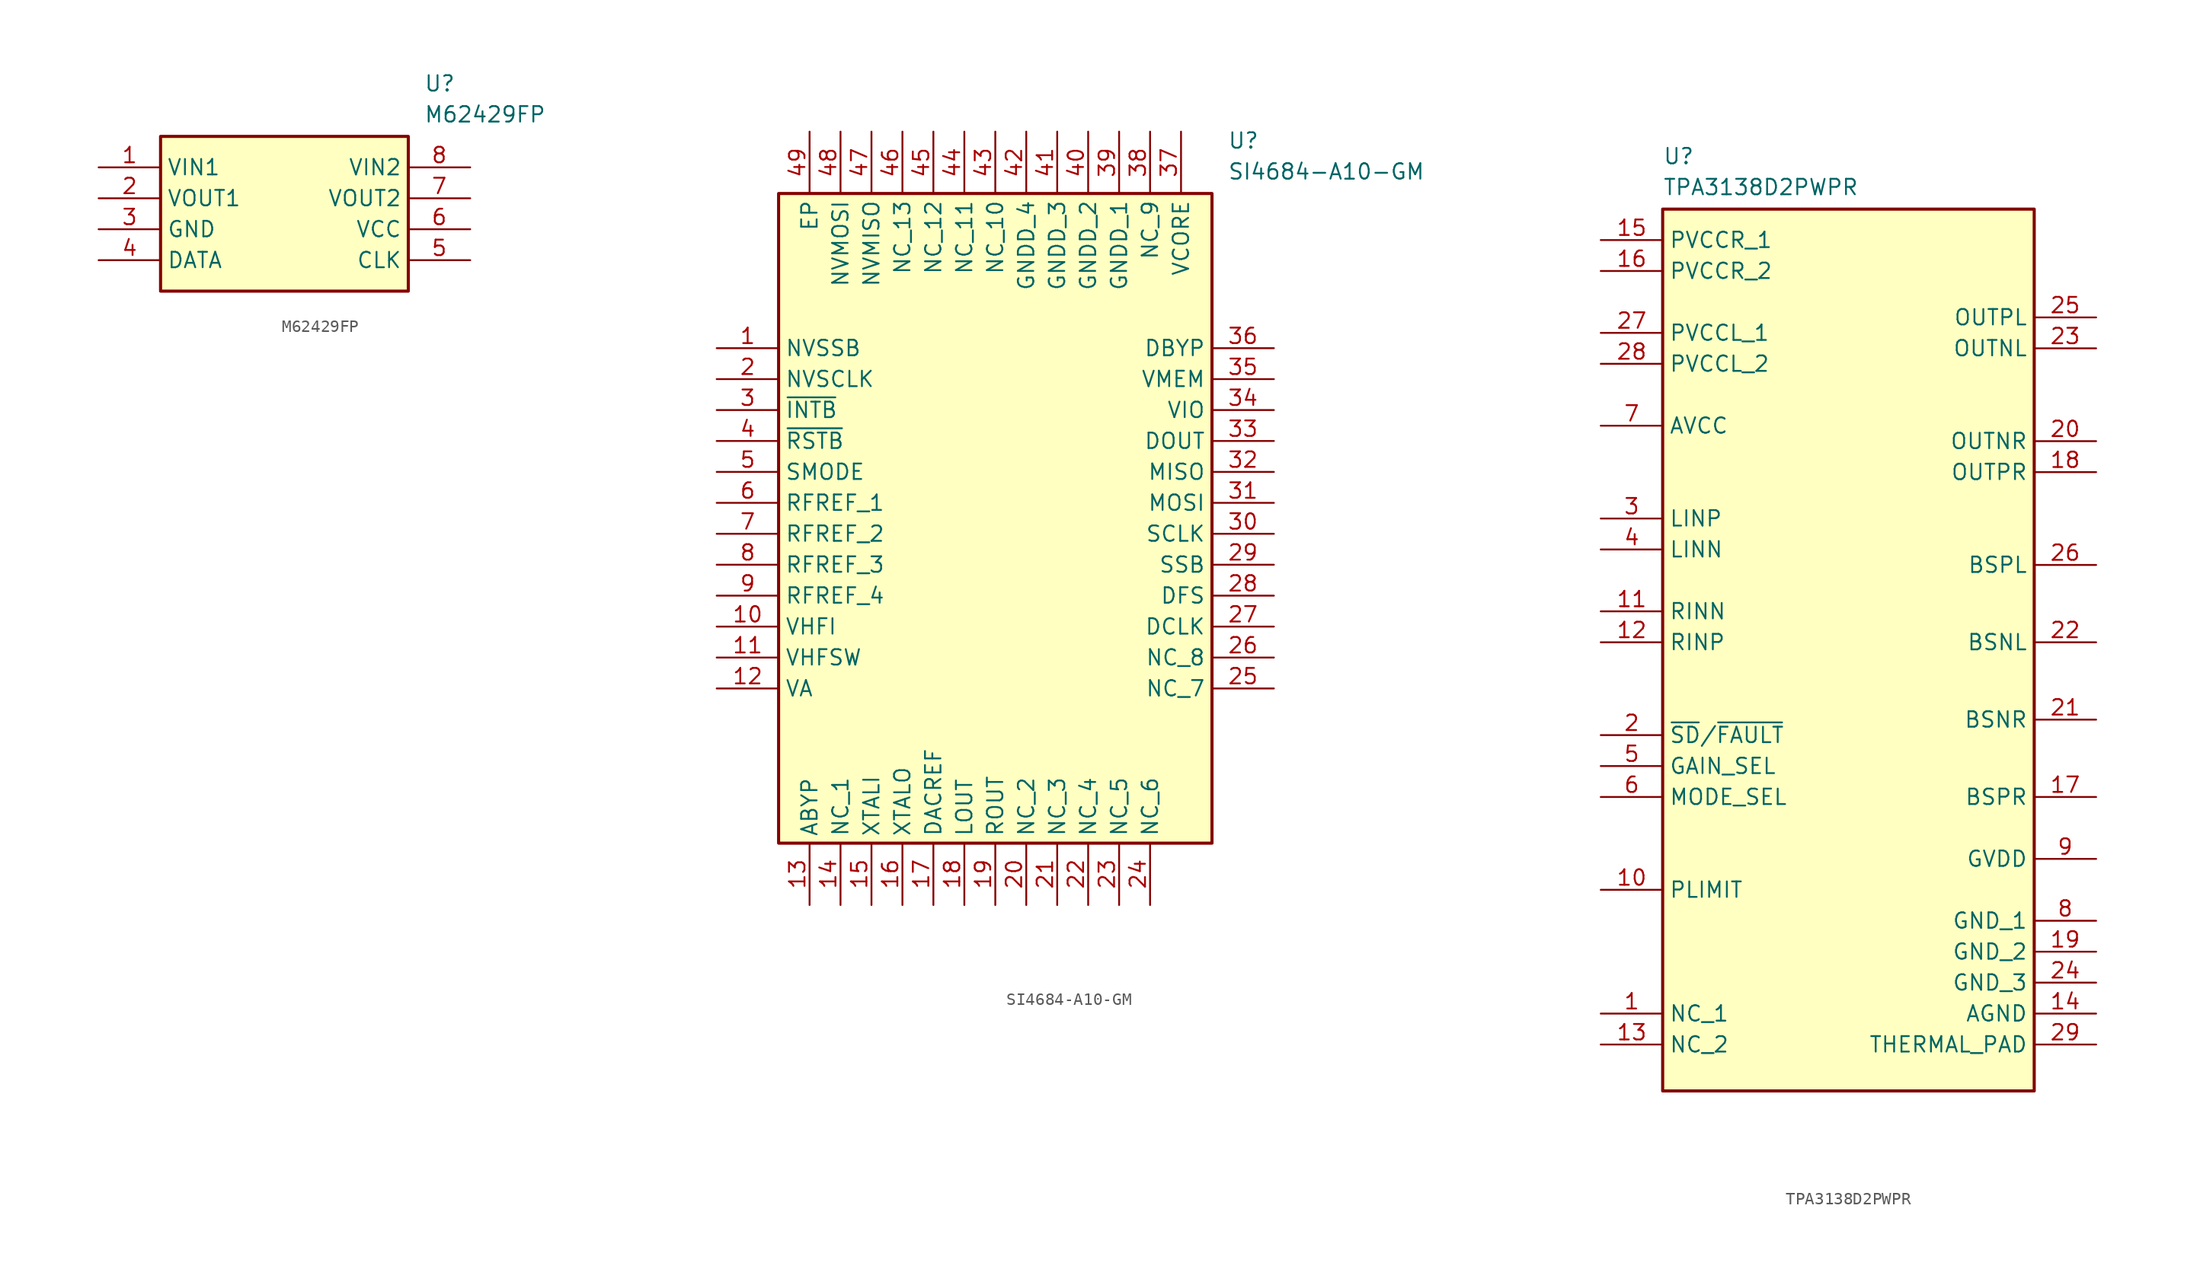
<source format=kicad_sym>
(kicad_symbol_lib
  (version 20220914)
  (generator kicad_symbol_editor)
  (symbol "M62429FP"
    (property "Reference" "U"
      (at 26.67 7.62 0)
      (effects (font (size 1.27 1.27)) (justify left top)))
    (property "Value" "M62429FP"
      (at 26.67 5.08 0)
      (effects (font (size 1.27 1.27)) (justify left top)))
    (symbol "M62429FP_1_1"
      (rectangle (start 5.08 2.54) (end 25.4 -10.16) (stroke (width 0.254) (type default)) (fill (type background)))
      (pin passive line (at 0 0 0) (length 5.08) (name "VIN1" (effects (font (size 1.27 1.27)))) (number "1" (effects (font (size 1.27 1.27)))))
      (pin passive line (at 0 -2.54 0) (length 5.08) (name "VOUT1" (effects (font (size 1.27 1.27)))) (number "2" (effects (font (size 1.27 1.27)))))
      (pin passive line (at 0 -5.08 0) (length 5.08) (name "GND" (effects (font (size 1.27 1.27)))) (number "3" (effects (font (size 1.27 1.27)))))
      (pin passive line (at 0 -7.62 0) (length 5.08) (name "DATA" (effects (font (size 1.27 1.27)))) (number "4" (effects (font (size 1.27 1.27)))))
      (pin passive line (at 30.48 -7.62 180) (length 5.08) (name "CLK" (effects (font (size 1.27 1.27)))) (number "5" (effects (font (size 1.27 1.27)))))
      (pin passive line (at 30.48 -5.08 180) (length 5.08) (name "VCC" (effects (font (size 1.27 1.27)))) (number "6" (effects (font (size 1.27 1.27)))))
      (pin passive line (at 30.48 -2.54 180) (length 5.08) (name "VOUT2" (effects (font (size 1.27 1.27)))) (number "7" (effects (font (size 1.27 1.27)))))
      (pin passive line (at 30.48 0 180) (length 5.08) (name "VIN2" (effects (font (size 1.27 1.27)))) (number "8" (effects (font (size 1.27 1.27)))))))
  (symbol "SI4684-A10-GM"
    (property "Reference" "U"
      (at 41.91 17.78 0)
      (effects (font (size 1.27 1.27)) (justify left top)))
    (property "Value" "SI4684-A10-GM"
      (at 41.91 15.24 0)
      (effects (font (size 1.27 1.27)) (justify left top)))
    (symbol "SI4684-A10-GM_1_1"
      (rectangle (start 5.08 12.7) (end 40.64 -40.64) (stroke (width 0.254) (type default)) (fill (type background)))
      (pin passive line (at 0 0 0) (length 5.08) (name "NVSSB" (effects (font (size 1.27 1.27)))) (number "1" (effects (font (size 1.27 1.27)))))
      (pin passive line (at 0 -22.86 0) (length 5.08) (name "VHFI" (effects (font (size 1.27 1.27)))) (number "10" (effects (font (size 1.27 1.27)))))
      (pin passive line (at 0 -25.4 0) (length 5.08) (name "VHFSW" (effects (font (size 1.27 1.27)))) (number "11" (effects (font (size 1.27 1.27)))))
      (pin passive line (at 0 -27.94 0) (length 5.08) (name "VA" (effects (font (size 1.27 1.27)))) (number "12" (effects (font (size 1.27 1.27)))))
      (pin passive line (at 7.62 -45.72 90) (length 5.08) (name "ABYP" (effects (font (size 1.27 1.27)))) (number "13" (effects (font (size 1.27 1.27)))))
      (pin passive line (at 10.16 -45.72 90) (length 5.08) (name "NC_1" (effects (font (size 1.27 1.27)))) (number "14" (effects (font (size 1.27 1.27)))))
      (pin passive line (at 12.7 -45.72 90) (length 5.08) (name "XTALI" (effects (font (size 1.27 1.27)))) (number "15" (effects (font (size 1.27 1.27)))))
      (pin passive line (at 15.24 -45.72 90) (length 5.08) (name "XTALO" (effects (font (size 1.27 1.27)))) (number "16" (effects (font (size 1.27 1.27)))))
      (pin passive line (at 17.78 -45.72 90) (length 5.08) (name "DACREF" (effects (font (size 1.27 1.27)))) (number "17" (effects (font (size 1.27 1.27)))))
      (pin passive line (at 20.32 -45.72 90) (length 5.08) (name "LOUT" (effects (font (size 1.27 1.27)))) (number "18" (effects (font (size 1.27 1.27)))))
      (pin passive line (at 22.86 -45.72 90) (length 5.08) (name "ROUT" (effects (font (size 1.27 1.27)))) (number "19" (effects (font (size 1.27 1.27)))))
      (pin passive line (at 0 -2.54 0) (length 5.08) (name "NVSCLK" (effects (font (size 1.27 1.27)))) (number "2" (effects (font (size 1.27 1.27)))))
      (pin passive line (at 25.4 -45.72 90) (length 5.08) (name "NC_2" (effects (font (size 1.27 1.27)))) (number "20" (effects (font (size 1.27 1.27)))))
      (pin passive line (at 27.94 -45.72 90) (length 5.08) (name "NC_3" (effects (font (size 1.27 1.27)))) (number "21" (effects (font (size 1.27 1.27)))))
      (pin passive line (at 30.48 -45.72 90) (length 5.08) (name "NC_4" (effects (font (size 1.27 1.27)))) (number "22" (effects (font (size 1.27 1.27)))))
      (pin passive line (at 33.02 -45.72 90) (length 5.08) (name "NC_5" (effects (font (size 1.27 1.27)))) (number "23" (effects (font (size 1.27 1.27)))))
      (pin passive line (at 35.56 -45.72 90) (length 5.08) (name "NC_6" (effects (font (size 1.27 1.27)))) (number "24" (effects (font (size 1.27 1.27)))))
      (pin passive line (at 45.72 -27.94 180) (length 5.08) (name "NC_7" (effects (font (size 1.27 1.27)))) (number "25" (effects (font (size 1.27 1.27)))))
      (pin passive line (at 45.72 -25.4 180) (length 5.08) (name "NC_8" (effects (font (size 1.27 1.27)))) (number "26" (effects (font (size 1.27 1.27)))))
      (pin passive line (at 45.72 -22.86 180) (length 5.08) (name "DCLK" (effects (font (size 1.27 1.27)))) (number "27" (effects (font (size 1.27 1.27)))))
      (pin passive line (at 45.72 -20.32 180) (length 5.08) (name "DFS" (effects (font (size 1.27 1.27)))) (number "28" (effects (font (size 1.27 1.27)))))
      (pin passive line (at 45.72 -17.78 180) (length 5.08) (name "SSB" (effects (font (size 1.27 1.27)))) (number "29" (effects (font (size 1.27 1.27)))))
      (pin passive line (at 0 -5.08 0) (length 5.08) (name "~{INTB}" (effects (font (size 1.27 1.27)))) (number "3" (effects (font (size 1.27 1.27)))))
      (pin passive line (at 45.72 -15.24 180) (length 5.08) (name "SCLK" (effects (font (size 1.27 1.27)))) (number "30" (effects (font (size 1.27 1.27)))))
      (pin passive line (at 45.72 -12.7 180) (length 5.08) (name "MOSI" (effects (font (size 1.27 1.27)))) (number "31" (effects (font (size 1.27 1.27)))))
      (pin passive line (at 45.72 -10.16 180) (length 5.08) (name "MISO" (effects (font (size 1.27 1.27)))) (number "32" (effects (font (size 1.27 1.27)))))
      (pin passive line (at 45.72 -7.62 180) (length 5.08) (name "DOUT" (effects (font (size 1.27 1.27)))) (number "33" (effects (font (size 1.27 1.27)))))
      (pin passive line (at 45.72 -5.08 180) (length 5.08) (name "VIO" (effects (font (size 1.27 1.27)))) (number "34" (effects (font (size 1.27 1.27)))))
      (pin passive line (at 45.72 -2.54 180) (length 5.08) (name "VMEM" (effects (font (size 1.27 1.27)))) (number "35" (effects (font (size 1.27 1.27)))))
      (pin passive line (at 45.72 0 180) (length 5.08) (name "DBYP" (effects (font (size 1.27 1.27)))) (number "36" (effects (font (size 1.27 1.27)))))
      (pin passive line (at 38.1 17.78 270) (length 5.08) (name "VCORE" (effects (font (size 1.27 1.27)))) (number "37" (effects (font (size 1.27 1.27)))))
      (pin passive line (at 35.56 17.78 270) (length 5.08) (name "NC_9" (effects (font (size 1.27 1.27)))) (number "38" (effects (font (size 1.27 1.27)))))
      (pin passive line (at 33.02 17.78 270) (length 5.08) (name "GNDD_1" (effects (font (size 1.27 1.27)))) (number "39" (effects (font (size 1.27 1.27)))))
      (pin passive line (at 0 -7.62 0) (length 5.08) (name "~{RSTB}" (effects (font (size 1.27 1.27)))) (number "4" (effects (font (size 1.27 1.27)))))
      (pin passive line (at 30.48 17.78 270) (length 5.08) (name "GNDD_2" (effects (font (size 1.27 1.27)))) (number "40" (effects (font (size 1.27 1.27)))))
      (pin passive line (at 27.94 17.78 270) (length 5.08) (name "GNDD_3" (effects (font (size 1.27 1.27)))) (number "41" (effects (font (size 1.27 1.27)))))
      (pin passive line (at 25.4 17.78 270) (length 5.08) (name "GNDD_4" (effects (font (size 1.27 1.27)))) (number "42" (effects (font (size 1.27 1.27)))))
      (pin passive line (at 22.86 17.78 270) (length 5.08) (name "NC_10" (effects (font (size 1.27 1.27)))) (number "43" (effects (font (size 1.27 1.27)))))
      (pin passive line (at 20.32 17.78 270) (length 5.08) (name "NC_11" (effects (font (size 1.27 1.27)))) (number "44" (effects (font (size 1.27 1.27)))))
      (pin passive line (at 17.78 17.78 270) (length 5.08) (name "NC_12" (effects (font (size 1.27 1.27)))) (number "45" (effects (font (size 1.27 1.27)))))
      (pin passive line (at 15.24 17.78 270) (length 5.08) (name "NC_13" (effects (font (size 1.27 1.27)))) (number "46" (effects (font (size 1.27 1.27)))))
      (pin passive line (at 12.7 17.78 270) (length 5.08) (name "NVMISO" (effects (font (size 1.27 1.27)))) (number "47" (effects (font (size 1.27 1.27)))))
      (pin passive line (at 10.16 17.78 270) (length 5.08) (name "NVMOSI" (effects (font (size 1.27 1.27)))) (number "48" (effects (font (size 1.27 1.27)))))
      (pin passive line (at 7.62 17.78 270) (length 5.08) (name "EP" (effects (font (size 1.27 1.27)))) (number "49" (effects (font (size 1.27 1.27)))))
      (pin passive line (at 0 -10.16 0) (length 5.08) (name "SMODE" (effects (font (size 1.27 1.27)))) (number "5" (effects (font (size 1.27 1.27)))))
      (pin passive line (at 0 -12.7 0) (length 5.08) (name "RFREF_1" (effects (font (size 1.27 1.27)))) (number "6" (effects (font (size 1.27 1.27)))))
      (pin passive line (at 0 -15.24 0) (length 5.08) (name "RFREF_2" (effects (font (size 1.27 1.27)))) (number "7" (effects (font (size 1.27 1.27)))))
      (pin passive line (at 0 -17.78 0) (length 5.08) (name "RFREF_3" (effects (font (size 1.27 1.27)))) (number "8" (effects (font (size 1.27 1.27)))))
      (pin passive line (at 0 -20.32 0) (length 5.08) (name "RFREF_4" (effects (font (size 1.27 1.27)))) (number "9" (effects (font (size 1.27 1.27)))))))
  (symbol "TPA3138D2PWPR"
    (property "Reference" "U"
      (at -15.24 40.64 0)
      (effects (font (size 1.27 1.27)) (justify left top)))
    (property "Value" "TPA3138D2PWPR"
      (at -15.24 38.1 0)
      (effects (font (size 1.27 1.27)) (justify left top)))
    (symbol "TPA3138D2PWPR_1_1"
      (rectangle (start -15.24 35.56) (end 15.24 -36.83) (stroke (width 0.254) (type default)) (fill (type background)))
      (pin passive line (at -20.32 -30.48 0) (length 5.08) (name "NC_1" (effects (font (size 1.27 1.27)))) (number "1" (effects (font (size 1.27 1.27)))))
      (pin passive line (at -20.32 -20.32 0) (length 5.08) (name "PLIMIT" (effects (font (size 1.27 1.27)))) (number "10" (effects (font (size 1.27 1.27)))))
      (pin passive line (at -20.32 2.54 0) (length 5.08) (name "RINN" (effects (font (size 1.27 1.27)))) (number "11" (effects (font (size 1.27 1.27)))))
      (pin passive line (at -20.32 0 0) (length 5.08) (name "RINP" (effects (font (size 1.27 1.27)))) (number "12" (effects (font (size 1.27 1.27)))))
      (pin passive line (at -20.32 -33.02 0) (length 5.08) (name "NC_2" (effects (font (size 1.27 1.27)))) (number "13" (effects (font (size 1.27 1.27)))))
      (pin passive line (at 20.32 -30.48 180) (length 5.08) (name "AGND" (effects (font (size 1.27 1.27)))) (number "14" (effects (font (size 1.27 1.27)))))
      (pin passive line (at -20.32 33.02 0) (length 5.08) (name "PVCCR_1" (effects (font (size 1.27 1.27)))) (number "15" (effects (font (size 1.27 1.27)))))
      (pin passive line (at -20.32 30.48 0) (length 5.08) (name "PVCCR_2" (effects (font (size 1.27 1.27)))) (number "16" (effects (font (size 1.27 1.27)))))
      (pin passive line (at 20.32 -12.7 180) (length 5.08) (name "BSPR" (effects (font (size 1.27 1.27)))) (number "17" (effects (font (size 1.27 1.27)))))
      (pin passive line (at 20.32 13.97 180) (length 5.08) (name "OUTPR" (effects (font (size 1.27 1.27)))) (number "18" (effects (font (size 1.27 1.27)))))
      (pin passive line (at 20.32 -25.4 180) (length 5.08) (name "GND_2" (effects (font (size 1.27 1.27)))) (number "19" (effects (font (size 1.27 1.27)))))
      (pin passive line (at -20.32 -7.62 0) (length 5.08) (name "~{SD}/~{FAULT}" (effects (font (size 1.27 1.27)))) (number "2" (effects (font (size 1.27 1.27)))))
      (pin passive line (at 20.32 16.51 180) (length 5.08) (name "OUTNR" (effects (font (size 1.27 1.27)))) (number "20" (effects (font (size 1.27 1.27)))))
      (pin passive line (at 20.32 -6.35 180) (length 5.08) (name "BSNR" (effects (font (size 1.27 1.27)))) (number "21" (effects (font (size 1.27 1.27)))))
      (pin passive line (at 20.32 0 180) (length 5.08) (name "BSNL" (effects (font (size 1.27 1.27)))) (number "22" (effects (font (size 1.27 1.27)))))
      (pin passive line (at 20.32 24.13 180) (length 5.08) (name "OUTNL" (effects (font (size 1.27 1.27)))) (number "23" (effects (font (size 1.27 1.27)))))
      (pin passive line (at 20.32 -27.94 180) (length 5.08) (name "GND_3" (effects (font (size 1.27 1.27)))) (number "24" (effects (font (size 1.27 1.27)))))
      (pin passive line (at 20.32 26.67 180) (length 5.08) (name "OUTPL" (effects (font (size 1.27 1.27)))) (number "25" (effects (font (size 1.27 1.27)))))
      (pin passive line (at 20.32 6.35 180) (length 5.08) (name "BSPL" (effects (font (size 1.27 1.27)))) (number "26" (effects (font (size 1.27 1.27)))))
      (pin passive line (at -20.32 25.4 0) (length 5.08) (name "PVCCL_1" (effects (font (size 1.27 1.27)))) (number "27" (effects (font (size 1.27 1.27)))))
      (pin passive line (at -20.32 22.86 0) (length 5.08) (name "PVCCL_2" (effects (font (size 1.27 1.27)))) (number "28" (effects (font (size 1.27 1.27)))))
      (pin passive line (at 20.32 -33.02 180) (length 5.08) (name "THERMAL_PAD" (effects (font (size 1.27 1.27)))) (number "29" (effects (font (size 1.27 1.27)))))
      (pin passive line (at -20.32 10.16 0) (length 5.08) (name "LINP" (effects (font (size 1.27 1.27)))) (number "3" (effects (font (size 1.27 1.27)))))
      (pin passive line (at -20.32 7.62 0) (length 5.08) (name "LINN" (effects (font (size 1.27 1.27)))) (number "4" (effects (font (size 1.27 1.27)))))
      (pin passive line (at -20.32 -10.16 0) (length 5.08) (name "GAIN_SEL" (effects (font (size 1.27 1.27)))) (number "5" (effects (font (size 1.27 1.27)))))
      (pin passive line (at -20.32 -12.7 0) (length 5.08) (name "MODE_SEL" (effects (font (size 1.27 1.27)))) (number "6" (effects (font (size 1.27 1.27)))))
      (pin passive line (at -20.32 17.78 0) (length 5.08) (name "AVCC" (effects (font (size 1.27 1.27)))) (number "7" (effects (font (size 1.27 1.27)))))
      (pin passive line (at 20.32 -22.86 180) (length 5.08) (name "GND_1" (effects (font (size 1.27 1.27)))) (number "8" (effects (font (size 1.27 1.27)))))
      (pin passive line (at 20.32 -17.78 180) (length 5.08) (name "GVDD" (effects (font (size 1.27 1.27)))) (number "9" (effects (font (size 1.27 1.27))))))))
</source>
